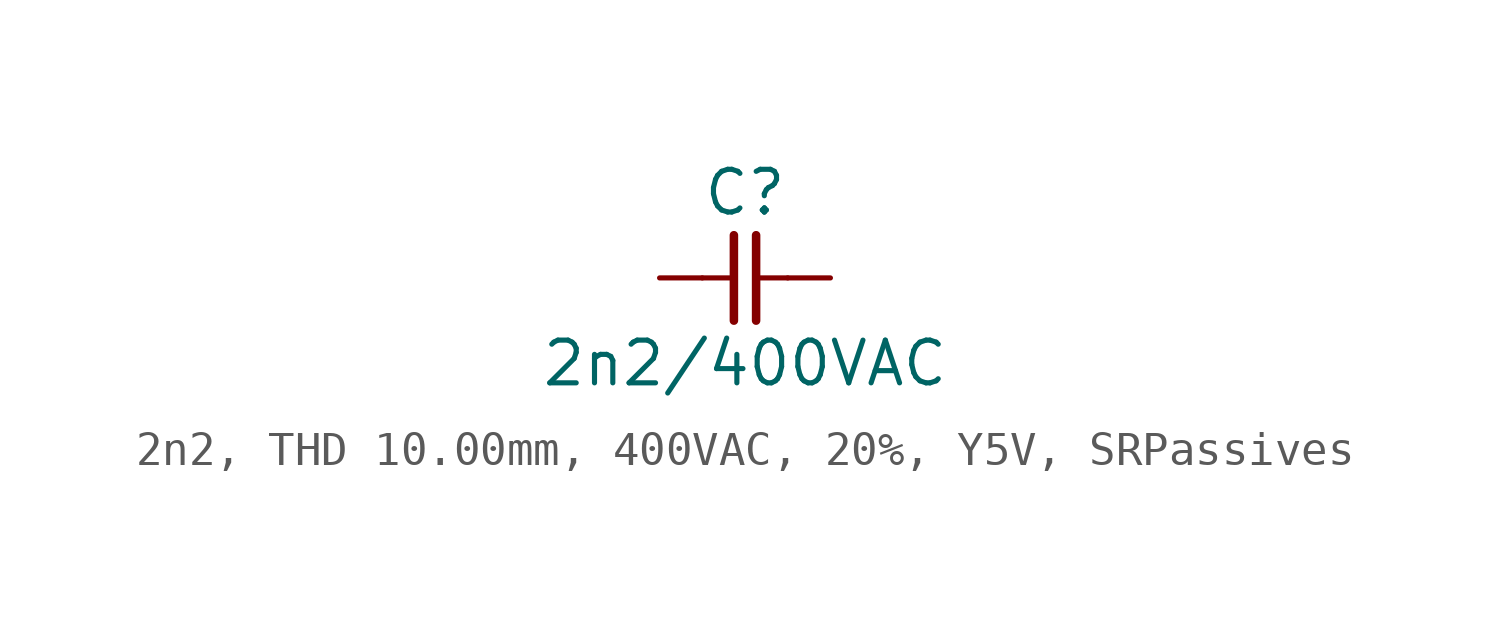
<source format=kicad_sym>
(kicad_symbol_lib
  (version 20241209)
  (generator "kicad_symbol_editor")
  (generator_version "9.0")
  (symbol "2n2, THD 10.00mm, 400VAC, 20%, Y5V, SRPassives"
    (pin_numbers
      (hide yes))
    (pin_names
      (offset 0)
      (hide yes))
    (property "Reference" "C"
      (at 0 2.54 0)
      (effects (font (size 1.27 1.27))))
    (property "Value" "2n2/400VAC"
      (at 0 -2.54 0)
      (effects (font (size 1.27 1.27))))
    (symbol "2n2, THD 10.00mm, 400VAC, 20%, Y5V, SRPassives_0_1"
      (polyline (pts (xy -0.33 1.27) (xy -0.33 -1.27)) (stroke (width 0.254) (type default)) (fill (type none)))
      (polyline (pts (xy -0.318 0) (xy -1.27 0)) (stroke (width 0) (type default)) (fill (type none)))
      (polyline (pts (xy 0.33 1.27) (xy 0.33 -1.27)) (stroke (width 0.254) (type default)) (fill (type none)))
      (polyline (pts (xy 1.27 0) (xy 0.318 0)) (stroke (width 0) (type default)) (fill (type none))))
    (symbol "2n2, THD 10.00mm, 400VAC, 20%, Y5V, SRPassives_1_1"
      (pin passive line (at -2.54 0 0) (length 1.27) (name "1" (effects (font (size 1.27 1.27)))) (number "1" (effects (font (size 1.27 1.27)))))
      (pin passive line (at 2.54 0 180) (length 1.27) (name "2" (effects (font (size 1.27 1.27)))) (number "2" (effects (font (size 1.27 1.27))))))))
</source>
